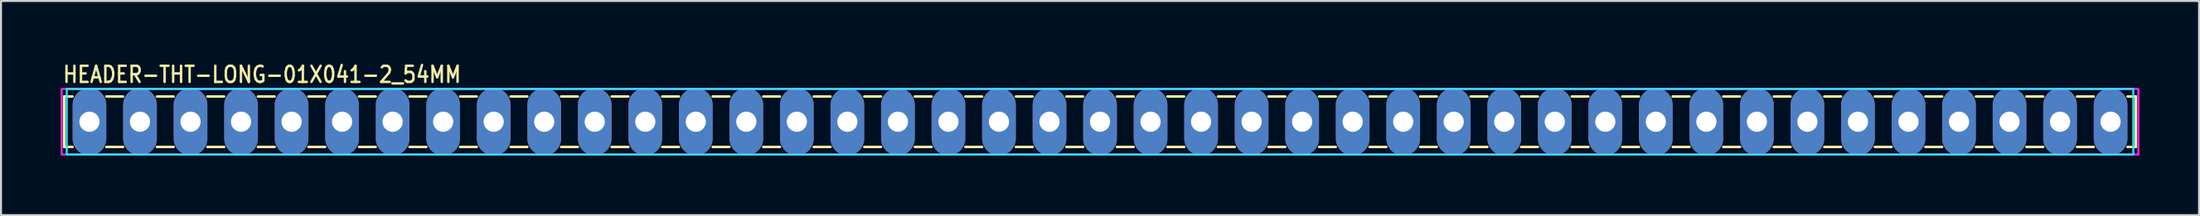
<source format=kicad_pcb>
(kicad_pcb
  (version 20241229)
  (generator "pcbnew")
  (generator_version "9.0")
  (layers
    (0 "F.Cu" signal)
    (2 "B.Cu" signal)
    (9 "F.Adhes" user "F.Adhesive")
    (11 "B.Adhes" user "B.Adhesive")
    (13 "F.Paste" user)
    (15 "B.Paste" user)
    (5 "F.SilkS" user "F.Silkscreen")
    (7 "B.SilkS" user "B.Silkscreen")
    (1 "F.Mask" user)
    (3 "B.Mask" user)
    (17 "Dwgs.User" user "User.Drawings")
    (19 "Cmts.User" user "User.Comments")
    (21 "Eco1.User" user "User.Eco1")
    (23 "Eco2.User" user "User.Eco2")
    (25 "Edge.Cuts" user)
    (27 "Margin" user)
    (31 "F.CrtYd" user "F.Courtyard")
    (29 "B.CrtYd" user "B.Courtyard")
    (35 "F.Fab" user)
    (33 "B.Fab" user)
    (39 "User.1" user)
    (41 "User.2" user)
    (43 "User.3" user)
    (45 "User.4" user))
  (footprint "HEADER-THT-LONG-01X041-2_54MM"
    (layer "F.Cu")
    (at 1.447 3.079)
    (property "Reference" "HEADER-THT-LONG-01X041-2_54MM" (at -1.4 -1.9 0) (unlocked yes) (layer "F.SilkS") (effects (font (size 0.813 0.695) (thickness 0.122)) (justify left bottom)))
    (fp_line (start -1.27 -1.27) (end -1.27 1.27) (stroke (width 0.127) (type solid)) (layer "F.SilkS"))
    (fp_line (start -1.27 1.27) (end -0.85 1.27) (stroke (width 0.127) (type solid)) (layer "F.SilkS"))
    (fp_line (start -0.85 -1.27) (end -1.27 -1.27) (stroke (width 0.127) (type solid)) (layer "F.SilkS"))
    (fp_line (start 0.85 -1.27) (end 1.69 -1.27) (stroke (width 0.127) (type solid)) (layer "F.SilkS"))
    (fp_line (start 0.85 1.27) (end 1.69 1.27) (stroke (width 0.127) (type solid)) (layer "F.SilkS"))
    (fp_line (start 3.39 -1.27) (end 4.23 -1.27) (stroke (width 0.127) (type solid)) (layer "F.SilkS"))
    (fp_line (start 3.39 1.27) (end 4.23 1.27) (stroke (width 0.127) (type solid)) (layer "F.SilkS"))
    (fp_line (start 5.93 -1.27) (end 6.77 -1.27) (stroke (width 0.127) (type solid)) (layer "F.SilkS"))
    (fp_line (start 5.93 1.27) (end 6.77 1.27) (stroke (width 0.127) (type solid)) (layer "F.SilkS"))
    (fp_line (start 8.47 -1.27) (end 9.31 -1.27) (stroke (width 0.127) (type solid)) (layer "F.SilkS"))
    (fp_line (start 8.47 1.27) (end 9.31 1.27) (stroke (width 0.127) (type solid)) (layer "F.SilkS"))
    (fp_line (start 11.01 -1.27) (end 11.85 -1.27) (stroke (width 0.127) (type solid)) (layer "F.SilkS"))
    (fp_line (start 11.01 1.27) (end 11.85 1.27) (stroke (width 0.127) (type solid)) (layer "F.SilkS"))
    (fp_line (start 13.55 -1.27) (end 14.39 -1.27) (stroke (width 0.127) (type solid)) (layer "F.SilkS"))
    (fp_line (start 13.55 1.27) (end 14.39 1.27) (stroke (width 0.127) (type solid)) (layer "F.SilkS"))
    (fp_line (start 16.09 -1.27) (end 16.93 -1.27) (stroke (width 0.127) (type solid)) (layer "F.SilkS"))
    (fp_line (start 16.09 1.27) (end 16.93 1.27) (stroke (width 0.127) (type solid)) (layer "F.SilkS"))
    (fp_line (start 18.63 -1.27) (end 19.47 -1.27) (stroke (width 0.127) (type solid)) (layer "F.SilkS"))
    (fp_line (start 18.63 1.27) (end 19.47 1.27) (stroke (width 0.127) (type solid)) (layer "F.SilkS"))
    (fp_line (start 21.17 -1.27) (end 22.01 -1.27) (stroke (width 0.127) (type solid)) (layer "F.SilkS"))
    (fp_line (start 21.17 1.27) (end 22.01 1.27) (stroke (width 0.127) (type solid)) (layer "F.SilkS"))
    (fp_line (start 23.71 -1.27) (end 24.55 -1.27) (stroke (width 0.127) (type solid)) (layer "F.SilkS"))
    (fp_line (start 23.71 1.27) (end 24.55 1.27) (stroke (width 0.127) (type solid)) (layer "F.SilkS"))
    (fp_line (start 26.25 -1.27) (end 27.09 -1.27) (stroke (width 0.127) (type solid)) (layer "F.SilkS"))
    (fp_line (start 26.25 1.27) (end 27.09 1.27) (stroke (width 0.127) (type solid)) (layer "F.SilkS"))
    (fp_line (start 28.79 -1.27) (end 29.63 -1.27) (stroke (width 0.127) (type solid)) (layer "F.SilkS"))
    (fp_line (start 28.79 1.27) (end 29.63 1.27) (stroke (width 0.127) (type solid)) (layer "F.SilkS"))
    (fp_line (start 31.33 -1.27) (end 32.17 -1.27) (stroke (width 0.127) (type solid)) (layer "F.SilkS"))
    (fp_line (start 31.33 1.27) (end 32.17 1.27) (stroke (width 0.127) (type solid)) (layer "F.SilkS"))
    (fp_line (start 33.87 -1.27) (end 34.71 -1.27) (stroke (width 0.127) (type solid)) (layer "F.SilkS"))
    (fp_line (start 33.87 1.27) (end 34.71 1.27) (stroke (width 0.127) (type solid)) (layer "F.SilkS"))
    (fp_line (start 36.41 -1.27) (end 37.25 -1.27) (stroke (width 0.127) (type solid)) (layer "F.SilkS"))
    (fp_line (start 36.41 1.27) (end 37.25 1.27) (stroke (width 0.127) (type solid)) (layer "F.SilkS"))
    (fp_line (start 38.95 -1.27) (end 39.79 -1.27) (stroke (width 0.127) (type solid)) (layer "F.SilkS"))
    (fp_line (start 38.95 1.27) (end 39.79 1.27) (stroke (width 0.127) (type solid)) (layer "F.SilkS"))
    (fp_line (start 41.49 -1.27) (end 42.33 -1.27) (stroke (width 0.127) (type solid)) (layer "F.SilkS"))
    (fp_line (start 41.49 1.27) (end 42.33 1.27) (stroke (width 0.127) (type solid)) (layer "F.SilkS"))
    (fp_line (start 44.03 -1.27) (end 44.87 -1.27) (stroke (width 0.127) (type solid)) (layer "F.SilkS"))
    (fp_line (start 44.03 1.27) (end 44.87 1.27) (stroke (width 0.127) (type solid)) (layer "F.SilkS"))
    (fp_line (start 46.57 -1.27) (end 47.41 -1.27) (stroke (width 0.127) (type solid)) (layer "F.SilkS"))
    (fp_line (start 46.57 1.27) (end 47.41 1.27) (stroke (width 0.127) (type solid)) (layer "F.SilkS"))
    (fp_line (start 49.11 -1.27) (end 49.95 -1.27) (stroke (width 0.127) (type solid)) (layer "F.SilkS"))
    (fp_line (start 49.11 1.27) (end 49.95 1.27) (stroke (width 0.127) (type solid)) (layer "F.SilkS"))
    (fp_line (start 51.65 -1.27) (end 52.49 -1.27) (stroke (width 0.127) (type solid)) (layer "F.SilkS"))
    (fp_line (start 51.65 1.27) (end 52.49 1.27) (stroke (width 0.127) (type solid)) (layer "F.SilkS"))
    (fp_line (start 54.19 -1.27) (end 55.03 -1.27) (stroke (width 0.127) (type solid)) (layer "F.SilkS"))
    (fp_line (start 54.19 1.27) (end 55.03 1.27) (stroke (width 0.127) (type solid)) (layer "F.SilkS"))
    (fp_line (start 56.73 -1.27) (end 57.57 -1.27) (stroke (width 0.127) (type solid)) (layer "F.SilkS"))
    (fp_line (start 56.73 1.27) (end 57.57 1.27) (stroke (width 0.127) (type solid)) (layer "F.SilkS"))
    (fp_line (start 59.27 -1.27) (end 60.11 -1.27) (stroke (width 0.127) (type solid)) (layer "F.SilkS"))
    (fp_line (start 59.27 1.27) (end 60.11 1.27) (stroke (width 0.127) (type solid)) (layer "F.SilkS"))
    (fp_line (start 61.81 -1.27) (end 62.65 -1.27) (stroke (width 0.127) (type solid)) (layer "F.SilkS"))
    (fp_line (start 61.81 1.27) (end 62.65 1.27) (stroke (width 0.127) (type solid)) (layer "F.SilkS"))
    (fp_line (start 64.35 -1.27) (end 65.19 -1.27) (stroke (width 0.127) (type solid)) (layer "F.SilkS"))
    (fp_line (start 64.35 1.27) (end 65.19 1.27) (stroke (width 0.127) (type solid)) (layer "F.SilkS"))
    (fp_line (start 66.89 -1.27) (end 67.73 -1.27) (stroke (width 0.127) (type solid)) (layer "F.SilkS"))
    (fp_line (start 66.89 1.27) (end 67.73 1.27) (stroke (width 0.127) (type solid)) (layer "F.SilkS"))
    (fp_line (start 69.43 -1.27) (end 70.27 -1.27) (stroke (width 0.127) (type solid)) (layer "F.SilkS"))
    (fp_line (start 69.43 1.27) (end 70.27 1.27) (stroke (width 0.127) (type solid)) (layer "F.SilkS"))
    (fp_line (start 71.97 -1.27) (end 72.81 -1.27) (stroke (width 0.127) (type solid)) (layer "F.SilkS"))
    (fp_line (start 71.97 1.27) (end 72.81 1.27) (stroke (width 0.127) (type solid)) (layer "F.SilkS"))
    (fp_line (start 74.51 -1.27) (end 75.35 -1.27) (stroke (width 0.127) (type solid)) (layer "F.SilkS"))
    (fp_line (start 74.51 1.27) (end 75.35 1.27) (stroke (width 0.127) (type solid)) (layer "F.SilkS"))
    (fp_line (start 77.05 -1.27) (end 77.89 -1.27) (stroke (width 0.127) (type solid)) (layer "F.SilkS"))
    (fp_line (start 77.05 1.27) (end 77.89 1.27) (stroke (width 0.127) (type solid)) (layer "F.SilkS"))
    (fp_line (start 79.59 -1.27) (end 80.43 -1.27) (stroke (width 0.127) (type solid)) (layer "F.SilkS"))
    (fp_line (start 79.59 1.27) (end 80.43 1.27) (stroke (width 0.127) (type solid)) (layer "F.SilkS"))
    (fp_line (start 82.13 -1.27) (end 82.97 -1.27) (stroke (width 0.127) (type solid)) (layer "F.SilkS"))
    (fp_line (start 82.13 1.27) (end 82.97 1.27) (stroke (width 0.127) (type solid)) (layer "F.SilkS"))
    (fp_line (start 84.67 -1.27) (end 85.51 -1.27) (stroke (width 0.127) (type solid)) (layer "F.SilkS"))
    (fp_line (start 84.67 1.27) (end 85.51 1.27) (stroke (width 0.127) (type solid)) (layer "F.SilkS"))
    (fp_line (start 87.21 -1.27) (end 88.05 -1.27) (stroke (width 0.127) (type solid)) (layer "F.SilkS"))
    (fp_line (start 87.21 1.27) (end 88.05 1.27) (stroke (width 0.127) (type solid)) (layer "F.SilkS"))
    (fp_line (start 89.75 -1.27) (end 90.59 -1.27) (stroke (width 0.127) (type solid)) (layer "F.SilkS"))
    (fp_line (start 89.75 1.27) (end 90.59 1.27) (stroke (width 0.127) (type solid)) (layer "F.SilkS"))
    (fp_line (start 92.29 -1.27) (end 93.13 -1.27) (stroke (width 0.127) (type solid)) (layer "F.SilkS"))
    (fp_line (start 92.29 1.27) (end 93.13 1.27) (stroke (width 0.127) (type solid)) (layer "F.SilkS"))
    (fp_line (start 94.83 -1.27) (end 95.67 -1.27) (stroke (width 0.127) (type solid)) (layer "F.SilkS"))
    (fp_line (start 94.83 1.27) (end 95.67 1.27) (stroke (width 0.127) (type solid)) (layer "F.SilkS"))
    (fp_line (start 97.37 -1.27) (end 98.21 -1.27) (stroke (width 0.127) (type solid)) (layer "F.SilkS"))
    (fp_line (start 97.37 1.27) (end 98.21 1.27) (stroke (width 0.127) (type solid)) (layer "F.SilkS"))
    (fp_line (start 99.91 -1.27) (end 100.75 -1.27) (stroke (width 0.127) (type solid)) (layer "F.SilkS"))
    (fp_line (start 99.91 1.27) (end 100.75 1.27) (stroke (width 0.127) (type solid)) (layer "F.SilkS"))
    (fp_line (start 102.45 -1.27) (end 102.87 -1.27) (stroke (width 0.127) (type solid)) (layer "F.SilkS"))
    (fp_line (start 102.87 -1.27) (end 102.87 1.27) (stroke (width 0.127) (type solid)) (layer "F.SilkS"))
    (fp_line (start 102.87 1.27) (end 102.45 1.27) (stroke (width 0.127) (type solid)) (layer "F.SilkS"))
    (fp_poly (pts (xy -1.143 -1.651) (xy 102.743 -1.651) (xy 102.743 1.651) (xy -1.143 1.651)) (stroke (width 0.1) (type solid)) (fill no) (layer "B.CrtYd"))
    (fp_poly (pts (xy -1.397 -1.651) (xy 102.997 -1.651) (xy 102.997 1.651) (xy -1.397 1.651)) (stroke (width 0.1) (type solid)) (fill no) (layer "F.CrtYd"))
    (pad "1" thru_hole oval (at 0 0 90) (size 3.387 1.693) (drill 1.016) (layers "*.Cu" "*.Mask"))
    (pad "2" thru_hole oval (at 2.54 0 90) (size 3.387 1.693) (drill 1.016) (layers "*.Cu" "*.Mask"))
    (pad "3" thru_hole oval (at 5.08 0 90) (size 3.387 1.693) (drill 1.016) (layers "*.Cu" "*.Mask"))
    (pad "4" thru_hole oval (at 7.62 0 90) (size 3.387 1.693) (drill 1.016) (layers "*.Cu" "*.Mask"))
    (pad "5" thru_hole oval (at 10.16 0 90) (size 3.387 1.693) (drill 1.016) (layers "*.Cu" "*.Mask"))
    (pad "6" thru_hole oval (at 12.7 0 90) (size 3.387 1.693) (drill 1.016) (layers "*.Cu" "*.Mask"))
    (pad "7" thru_hole oval (at 15.24 0 90) (size 3.387 1.693) (drill 1.016) (layers "*.Cu" "*.Mask"))
    (pad "8" thru_hole oval (at 17.78 0 90) (size 3.387 1.693) (drill 1.016) (layers "*.Cu" "*.Mask"))
    (pad "9" thru_hole oval (at 20.32 0 90) (size 3.387 1.693) (drill 1.016) (layers "*.Cu" "*.Mask"))
    (pad "10" thru_hole oval (at 22.86 0 90) (size 3.387 1.693) (drill 1.016) (layers "*.Cu" "*.Mask"))
    (pad "11" thru_hole oval (at 25.4 0 90) (size 3.387 1.693) (drill 1.016) (layers "*.Cu" "*.Mask"))
    (pad "12" thru_hole oval (at 27.94 0 90) (size 3.387 1.693) (drill 1.016) (layers "*.Cu" "*.Mask"))
    (pad "13" thru_hole oval (at 30.48 0 90) (size 3.387 1.693) (drill 1.016) (layers "*.Cu" "*.Mask"))
    (pad "14" thru_hole oval (at 33.02 0 90) (size 3.387 1.693) (drill 1.016) (layers "*.Cu" "*.Mask"))
    (pad "15" thru_hole oval (at 35.56 0 90) (size 3.387 1.693) (drill 1.016) (layers "*.Cu" "*.Mask"))
    (pad "16" thru_hole oval (at 38.1 0 90) (size 3.387 1.693) (drill 1.016) (layers "*.Cu" "*.Mask"))
    (pad "17" thru_hole oval (at 40.64 0 90) (size 3.387 1.693) (drill 1.016) (layers "*.Cu" "*.Mask"))
    (pad "18" thru_hole oval (at 43.18 0 90) (size 3.387 1.693) (drill 1.016) (layers "*.Cu" "*.Mask"))
    (pad "19" thru_hole oval (at 45.72 0 90) (size 3.387 1.693) (drill 1.016) (layers "*.Cu" "*.Mask"))
    (pad "20" thru_hole oval (at 48.26 0 90) (size 3.387 1.693) (drill 1.016) (layers "*.Cu" "*.Mask"))
    (pad "21" thru_hole oval (at 50.8 0 90) (size 3.387 1.693) (drill 1.016) (layers "*.Cu" "*.Mask"))
    (pad "22" thru_hole oval (at 53.34 0 90) (size 3.387 1.693) (drill 1.016) (layers "*.Cu" "*.Mask"))
    (pad "23" thru_hole oval (at 55.88 0 90) (size 3.387 1.693) (drill 1.016) (layers "*.Cu" "*.Mask"))
    (pad "24" thru_hole oval (at 58.42 0 90) (size 3.387 1.693) (drill 1.016) (layers "*.Cu" "*.Mask"))
    (pad "25" thru_hole oval (at 60.96 0 90) (size 3.387 1.693) (drill 1.016) (layers "*.Cu" "*.Mask"))
    (pad "26" thru_hole oval (at 63.5 0 90) (size 3.387 1.693) (drill 1.016) (layers "*.Cu" "*.Mask"))
    (pad "27" thru_hole oval (at 66.04 0 90) (size 3.387 1.693) (drill 1.016) (layers "*.Cu" "*.Mask"))
    (pad "28" thru_hole oval (at 68.58 0 90) (size 3.387 1.693) (drill 1.016) (layers "*.Cu" "*.Mask"))
    (pad "29" thru_hole oval (at 71.12 0 90) (size 3.387 1.693) (drill 1.016) (layers "*.Cu" "*.Mask"))
    (pad "30" thru_hole oval (at 73.66 0 90) (size 3.387 1.693) (drill 1.016) (layers "*.Cu" "*.Mask"))
    (pad "31" thru_hole oval (at 76.2 0 90) (size 3.387 1.693) (drill 1.016) (layers "*.Cu" "*.Mask"))
    (pad "32" thru_hole oval (at 78.74 0 90) (size 3.387 1.693) (drill 1.016) (layers "*.Cu" "*.Mask"))
    (pad "33" thru_hole oval (at 81.28 0 90) (size 3.387 1.693) (drill 1.016) (layers "*.Cu" "*.Mask"))
    (pad "34" thru_hole oval (at 83.82 0 90) (size 3.387 1.693) (drill 1.016) (layers "*.Cu" "*.Mask"))
    (pad "35" thru_hole oval (at 86.36 0 90) (size 3.387 1.693) (drill 1.016) (layers "*.Cu" "*.Mask"))
    (pad "36" thru_hole oval (at 88.9 0 90) (size 3.387 1.693) (drill 1.016) (layers "*.Cu" "*.Mask"))
    (pad "37" thru_hole oval (at 91.44 0 90) (size 3.387 1.693) (drill 1.016) (layers "*.Cu" "*.Mask"))
    (pad "38" thru_hole oval (at 93.98 0 90) (size 3.387 1.693) (drill 1.016) (layers "*.Cu" "*.Mask"))
    (pad "39" thru_hole oval (at 96.52 0 90) (size 3.387 1.693) (drill 1.016) (layers "*.Cu" "*.Mask"))
    (pad "40" thru_hole oval (at 99.06 0 90) (size 3.387 1.693) (drill 1.016) (layers "*.Cu" "*.Mask"))
    (pad "41" thru_hole oval (at 101.6 0 90) (size 3.387 1.693) (drill 1.016) (layers "*.Cu" "*.Mask")))
  (gr_rect
    (start -3 -3)
    (end 107.494 7.78)
    (stroke (width 0.1) (type default))
    (fill no)
    (layer "Edge.Cuts")))
</source>
